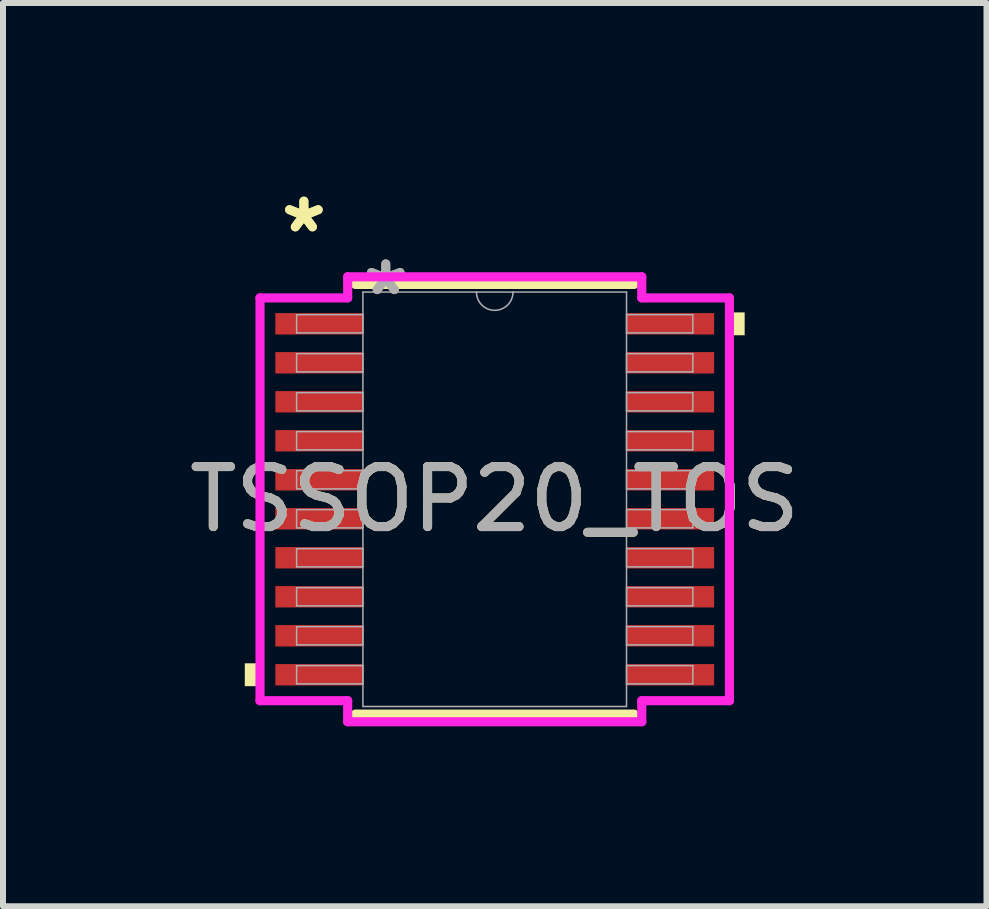
<source format=kicad_pcb>
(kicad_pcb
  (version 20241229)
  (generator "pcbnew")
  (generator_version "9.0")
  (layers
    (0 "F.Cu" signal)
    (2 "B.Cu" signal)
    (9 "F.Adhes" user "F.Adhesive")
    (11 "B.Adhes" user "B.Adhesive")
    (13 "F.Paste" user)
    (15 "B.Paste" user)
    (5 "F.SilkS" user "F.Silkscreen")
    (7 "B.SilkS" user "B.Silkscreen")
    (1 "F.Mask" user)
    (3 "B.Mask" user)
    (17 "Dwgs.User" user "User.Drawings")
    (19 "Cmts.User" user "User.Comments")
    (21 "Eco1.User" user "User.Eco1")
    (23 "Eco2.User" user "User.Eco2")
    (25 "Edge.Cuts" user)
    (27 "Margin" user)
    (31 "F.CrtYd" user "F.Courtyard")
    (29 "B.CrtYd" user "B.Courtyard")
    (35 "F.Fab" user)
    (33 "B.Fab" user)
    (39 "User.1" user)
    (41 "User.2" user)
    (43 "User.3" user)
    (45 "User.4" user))
  (footprint "TSSOP20_TOS"
    (layer "F.Cu")
    (at 5.196 5.272)
    (property "Reference" "TSSOP20_TOS" (at 0 0 0) (unlocked yes) (layer "F.SilkS") (effects (font (size 1 1) (thickness 0.15))))
    (attr smd)
    (fp_line (start -2.324 3.581) (end 2.324 3.581) (stroke (width 0.152) (type solid)) (layer "F.SilkS"))
    (fp_line (start 2.324 -3.581) (end -2.324 -3.581) (stroke (width 0.152) (type solid)) (layer "F.SilkS"))
    (fp_poly (pts (xy -4.166 2.734) (xy -4.166 3.115) (xy -3.912 3.115) (xy -3.912 2.734)) (stroke (width 0) (type solid)) (fill yes) (layer "F.SilkS"))
    (fp_poly (pts (xy 4.166 -3.115) (xy 4.166 -2.734) (xy 3.912 -2.734) (xy 3.912 -3.115)) (stroke (width 0) (type solid)) (fill yes) (layer "F.SilkS"))
    (fp_line (start -3.912 -3.357) (end -2.451 -3.357) (stroke (width 0.152) (type solid)) (layer "F.CrtYd"))
    (fp_line (start -3.912 3.357) (end -3.912 -3.357) (stroke (width 0.152) (type solid)) (layer "F.CrtYd"))
    (fp_line (start -3.912 3.357) (end -2.451 3.357) (stroke (width 0.152) (type solid)) (layer "F.CrtYd"))
    (fp_line (start -2.451 -3.708) (end 2.451 -3.708) (stroke (width 0.152) (type solid)) (layer "F.CrtYd"))
    (fp_line (start -2.451 -3.357) (end -2.451 -3.708) (stroke (width 0.152) (type solid)) (layer "F.CrtYd"))
    (fp_line (start -2.451 3.708) (end -2.451 3.357) (stroke (width 0.152) (type solid)) (layer "F.CrtYd"))
    (fp_line (start 2.451 -3.708) (end 2.451 -3.357) (stroke (width 0.152) (type solid)) (layer "F.CrtYd"))
    (fp_line (start 2.451 3.357) (end 2.451 3.708) (stroke (width 0.152) (type solid)) (layer "F.CrtYd"))
    (fp_line (start 2.451 3.708) (end -2.451 3.708) (stroke (width 0.152) (type solid)) (layer "F.CrtYd"))
    (fp_line (start 3.912 -3.357) (end 2.451 -3.357) (stroke (width 0.152) (type solid)) (layer "F.CrtYd"))
    (fp_line (start 3.912 -3.357) (end 3.912 3.357) (stroke (width 0.152) (type solid)) (layer "F.CrtYd"))
    (fp_line (start 3.912 3.357) (end 2.451 3.357) (stroke (width 0.152) (type solid)) (layer "F.CrtYd"))
    (fp_line (start -3.302 -3.077) (end -3.302 -2.773) (stroke (width 0.025) (type solid)) (layer "F.Fab"))
    (fp_line (start -3.302 -2.773) (end -2.197 -2.773) (stroke (width 0.025) (type solid)) (layer "F.Fab"))
    (fp_line (start -3.302 -2.427) (end -3.302 -2.123) (stroke (width 0.025) (type solid)) (layer "F.Fab"))
    (fp_line (start -3.302 -2.123) (end -2.197 -2.123) (stroke (width 0.025) (type solid)) (layer "F.Fab"))
    (fp_line (start -3.302 -1.777) (end -3.302 -1.473) (stroke (width 0.025) (type solid)) (layer "F.Fab"))
    (fp_line (start -3.302 -1.473) (end -2.197 -1.473) (stroke (width 0.025) (type solid)) (layer "F.Fab"))
    (fp_line (start -3.302 -1.127) (end -3.302 -0.823) (stroke (width 0.025) (type solid)) (layer "F.Fab"))
    (fp_line (start -3.302 -0.823) (end -2.197 -0.823) (stroke (width 0.025) (type solid)) (layer "F.Fab"))
    (fp_line (start -3.302 -0.477) (end -3.302 -0.173) (stroke (width 0.025) (type solid)) (layer "F.Fab"))
    (fp_line (start -3.302 -0.173) (end -2.197 -0.173) (stroke (width 0.025) (type solid)) (layer "F.Fab"))
    (fp_line (start -3.302 0.173) (end -3.302 0.477) (stroke (width 0.025) (type solid)) (layer "F.Fab"))
    (fp_line (start -3.302 0.477) (end -2.197 0.477) (stroke (width 0.025) (type solid)) (layer "F.Fab"))
    (fp_line (start -3.302 0.823) (end -3.302 1.127) (stroke (width 0.025) (type solid)) (layer "F.Fab"))
    (fp_line (start -3.302 1.127) (end -2.197 1.127) (stroke (width 0.025) (type solid)) (layer "F.Fab"))
    (fp_line (start -3.302 1.473) (end -3.302 1.777) (stroke (width 0.025) (type solid)) (layer "F.Fab"))
    (fp_line (start -3.302 1.777) (end -2.197 1.777) (stroke (width 0.025) (type solid)) (layer "F.Fab"))
    (fp_line (start -3.302 2.123) (end -3.302 2.427) (stroke (width 0.025) (type solid)) (layer "F.Fab"))
    (fp_line (start -3.302 2.427) (end -2.197 2.427) (stroke (width 0.025) (type solid)) (layer "F.Fab"))
    (fp_line (start -3.302 2.773) (end -3.302 3.077) (stroke (width 0.025) (type solid)) (layer "F.Fab"))
    (fp_line (start -3.302 3.077) (end -2.197 3.077) (stroke (width 0.025) (type solid)) (layer "F.Fab"))
    (fp_line (start -2.197 -3.454) (end -2.197 3.454) (stroke (width 0.025) (type solid)) (layer "F.Fab"))
    (fp_line (start -2.197 -3.077) (end -3.302 -3.077) (stroke (width 0.025) (type solid)) (layer "F.Fab"))
    (fp_line (start -2.197 -2.773) (end -2.197 -3.077) (stroke (width 0.025) (type solid)) (layer "F.Fab"))
    (fp_line (start -2.197 -2.427) (end -3.302 -2.427) (stroke (width 0.025) (type solid)) (layer "F.Fab"))
    (fp_line (start -2.197 -2.123) (end -2.197 -2.427) (stroke (width 0.025) (type solid)) (layer "F.Fab"))
    (fp_line (start -2.197 -1.777) (end -3.302 -1.777) (stroke (width 0.025) (type solid)) (layer "F.Fab"))
    (fp_line (start -2.197 -1.473) (end -2.197 -1.777) (stroke (width 0.025) (type solid)) (layer "F.Fab"))
    (fp_line (start -2.197 -1.127) (end -3.302 -1.127) (stroke (width 0.025) (type solid)) (layer "F.Fab"))
    (fp_line (start -2.197 -0.823) (end -2.197 -1.127) (stroke (width 0.025) (type solid)) (layer "F.Fab"))
    (fp_line (start -2.197 -0.477) (end -3.302 -0.477) (stroke (width 0.025) (type solid)) (layer "F.Fab"))
    (fp_line (start -2.197 -0.173) (end -2.197 -0.477) (stroke (width 0.025) (type solid)) (layer "F.Fab"))
    (fp_line (start -2.197 0.173) (end -3.302 0.173) (stroke (width 0.025) (type solid)) (layer "F.Fab"))
    (fp_line (start -2.197 0.477) (end -2.197 0.173) (stroke (width 0.025) (type solid)) (layer "F.Fab"))
    (fp_line (start -2.197 0.823) (end -3.302 0.823) (stroke (width 0.025) (type solid)) (layer "F.Fab"))
    (fp_line (start -2.197 1.127) (end -2.197 0.823) (stroke (width 0.025) (type solid)) (layer "F.Fab"))
    (fp_line (start -2.197 1.473) (end -3.302 1.473) (stroke (width 0.025) (type solid)) (layer "F.Fab"))
    (fp_line (start -2.197 1.777) (end -2.197 1.473) (stroke (width 0.025) (type solid)) (layer "F.Fab"))
    (fp_line (start -2.197 2.123) (end -3.302 2.123) (stroke (width 0.025) (type solid)) (layer "F.Fab"))
    (fp_line (start -2.197 2.427) (end -2.197 2.123) (stroke (width 0.025) (type solid)) (layer "F.Fab"))
    (fp_line (start -2.197 2.773) (end -3.302 2.773) (stroke (width 0.025) (type solid)) (layer "F.Fab"))
    (fp_line (start -2.197 3.077) (end -2.197 2.773) (stroke (width 0.025) (type solid)) (layer "F.Fab"))
    (fp_line (start -2.197 3.454) (end 2.197 3.454) (stroke (width 0.025) (type solid)) (layer "F.Fab"))
    (fp_line (start 2.197 -3.454) (end -2.197 -3.454) (stroke (width 0.025) (type solid)) (layer "F.Fab"))
    (fp_line (start 2.197 -3.077) (end 2.197 -2.773) (stroke (width 0.025) (type solid)) (layer "F.Fab"))
    (fp_line (start 2.197 -2.773) (end 3.302 -2.773) (stroke (width 0.025) (type solid)) (layer "F.Fab"))
    (fp_line (start 2.197 -2.427) (end 2.197 -2.123) (stroke (width 0.025) (type solid)) (layer "F.Fab"))
    (fp_line (start 2.197 -2.123) (end 3.302 -2.123) (stroke (width 0.025) (type solid)) (layer "F.Fab"))
    (fp_line (start 2.197 -1.777) (end 2.197 -1.473) (stroke (width 0.025) (type solid)) (layer "F.Fab"))
    (fp_line (start 2.197 -1.473) (end 3.302 -1.473) (stroke (width 0.025) (type solid)) (layer "F.Fab"))
    (fp_line (start 2.197 -1.127) (end 2.197 -0.823) (stroke (width 0.025) (type solid)) (layer "F.Fab"))
    (fp_line (start 2.197 -0.823) (end 3.302 -0.823) (stroke (width 0.025) (type solid)) (layer "F.Fab"))
    (fp_line (start 2.197 -0.477) (end 2.197 -0.173) (stroke (width 0.025) (type solid)) (layer "F.Fab"))
    (fp_line (start 2.197 -0.173) (end 3.302 -0.173) (stroke (width 0.025) (type solid)) (layer "F.Fab"))
    (fp_line (start 2.197 0.173) (end 2.197 0.477) (stroke (width 0.025) (type solid)) (layer "F.Fab"))
    (fp_line (start 2.197 0.477) (end 3.302 0.477) (stroke (width 0.025) (type solid)) (layer "F.Fab"))
    (fp_line (start 2.197 0.823) (end 2.197 1.127) (stroke (width 0.025) (type solid)) (layer "F.Fab"))
    (fp_line (start 2.197 1.127) (end 3.302 1.127) (stroke (width 0.025) (type solid)) (layer "F.Fab"))
    (fp_line (start 2.197 1.473) (end 2.197 1.777) (stroke (width 0.025) (type solid)) (layer "F.Fab"))
    (fp_line (start 2.197 1.777) (end 3.302 1.777) (stroke (width 0.025) (type solid)) (layer "F.Fab"))
    (fp_line (start 2.197 2.123) (end 2.197 2.427) (stroke (width 0.025) (type solid)) (layer "F.Fab"))
    (fp_line (start 2.197 2.427) (end 3.302 2.427) (stroke (width 0.025) (type solid)) (layer "F.Fab"))
    (fp_line (start 2.197 2.773) (end 2.197 3.077) (stroke (width 0.025) (type solid)) (layer "F.Fab"))
    (fp_line (start 2.197 3.077) (end 3.302 3.077) (stroke (width 0.025) (type solid)) (layer "F.Fab"))
    (fp_line (start 2.197 3.454) (end 2.197 -3.454) (stroke (width 0.025) (type solid)) (layer "F.Fab"))
    (fp_line (start 3.302 -3.077) (end 2.197 -3.077) (stroke (width 0.025) (type solid)) (layer "F.Fab"))
    (fp_line (start 3.302 -2.773) (end 3.302 -3.077) (stroke (width 0.025) (type solid)) (layer "F.Fab"))
    (fp_line (start 3.302 -2.427) (end 2.197 -2.427) (stroke (width 0.025) (type solid)) (layer "F.Fab"))
    (fp_line (start 3.302 -2.123) (end 3.302 -2.427) (stroke (width 0.025) (type solid)) (layer "F.Fab"))
    (fp_line (start 3.302 -1.777) (end 2.197 -1.777) (stroke (width 0.025) (type solid)) (layer "F.Fab"))
    (fp_line (start 3.302 -1.473) (end 3.302 -1.777) (stroke (width 0.025) (type solid)) (layer "F.Fab"))
    (fp_line (start 3.302 -1.127) (end 2.197 -1.127) (stroke (width 0.025) (type solid)) (layer "F.Fab"))
    (fp_line (start 3.302 -0.823) (end 3.302 -1.127) (stroke (width 0.025) (type solid)) (layer "F.Fab"))
    (fp_line (start 3.302 -0.477) (end 2.197 -0.477) (stroke (width 0.025) (type solid)) (layer "F.Fab"))
    (fp_line (start 3.302 -0.173) (end 3.302 -0.477) (stroke (width 0.025) (type solid)) (layer "F.Fab"))
    (fp_line (start 3.302 0.173) (end 2.197 0.173) (stroke (width 0.025) (type solid)) (layer "F.Fab"))
    (fp_line (start 3.302 0.477) (end 3.302 0.173) (stroke (width 0.025) (type solid)) (layer "F.Fab"))
    (fp_line (start 3.302 0.823) (end 2.197 0.823) (stroke (width 0.025) (type solid)) (layer "F.Fab"))
    (fp_line (start 3.302 1.127) (end 3.302 0.823) (stroke (width 0.025) (type solid)) (layer "F.Fab"))
    (fp_line (start 3.302 1.473) (end 2.197 1.473) (stroke (width 0.025) (type solid)) (layer "F.Fab"))
    (fp_line (start 3.302 1.777) (end 3.302 1.473) (stroke (width 0.025) (type solid)) (layer "F.Fab"))
    (fp_line (start 3.302 2.123) (end 2.197 2.123) (stroke (width 0.025) (type solid)) (layer "F.Fab"))
    (fp_line (start 3.302 2.427) (end 3.302 2.123) (stroke (width 0.025) (type solid)) (layer "F.Fab"))
    (fp_line (start 3.302 2.773) (end 2.197 2.773) (stroke (width 0.025) (type solid)) (layer "F.Fab"))
    (fp_line (start 3.302 3.077) (end 3.302 2.773) (stroke (width 0.025) (type solid)) (layer "F.Fab"))
    (fp_arc (start 0.3048 -3.4544) (mid 0 -3.1496) (end -0.3048 -3.4544) (stroke (width 0.0254) (type solid)) (layer "F.Fab"))
    (fp_text user "*" (at -3.181 -4.424 0) (unlocked yes) (layer "F.SilkS") (effects (font (size 1 1) (thickness 0.15))))
    (fp_text user "*" (at -3.181 -4.424 0) (layer "F.SilkS") (effects (font (size 1 1) (thickness 0.15))))
    (fp_text user "${REFERENCE}" (at 0 0 0) (unlocked yes) (layer "F.Fab") (effects (font (size 1 1) (thickness 0.15))))
    (fp_text user "*" (at -1.816 -3.378 0) (layer "F.Fab") (effects (font (size 1 1) (thickness 0.15))))
    (fp_text user "*" (at -1.816 -3.378 0) (unlocked yes) (layer "F.Fab") (effects (font (size 1 1) (thickness 0.15))))
    (pad "1" smd rect (at -2.927 -2.925) (size 1.46 0.356) (layers "F.Cu" "F.Mask" "F.Paste"))
    (pad "2" smd rect (at -2.927 -2.275) (size 1.46 0.356) (layers "F.Cu" "F.Mask" "F.Paste"))
    (pad "3" smd rect (at -2.927 -1.625) (size 1.46 0.356) (layers "F.Cu" "F.Mask" "F.Paste"))
    (pad "4" smd rect (at -2.927 -0.975) (size 1.46 0.356) (layers "F.Cu" "F.Mask" "F.Paste"))
    (pad "5" smd rect (at -2.927 -0.325) (size 1.46 0.356) (layers "F.Cu" "F.Mask" "F.Paste"))
    (pad "6" smd rect (at -2.927 0.325) (size 1.46 0.356) (layers "F.Cu" "F.Mask" "F.Paste"))
    (pad "7" smd rect (at -2.927 0.975) (size 1.46 0.356) (layers "F.Cu" "F.Mask" "F.Paste"))
    (pad "8" smd rect (at -2.927 1.625) (size 1.46 0.356) (layers "F.Cu" "F.Mask" "F.Paste"))
    (pad "9" smd rect (at -2.927 2.275) (size 1.46 0.356) (layers "F.Cu" "F.Mask" "F.Paste"))
    (pad "10" smd rect (at -2.927 2.925) (size 1.46 0.356) (layers "F.Cu" "F.Mask" "F.Paste"))
    (pad "11" smd rect (at 2.927 2.925) (size 1.46 0.356) (layers "F.Cu" "F.Mask" "F.Paste"))
    (pad "12" smd rect (at 2.927 2.275) (size 1.46 0.356) (layers "F.Cu" "F.Mask" "F.Paste"))
    (pad "13" smd rect (at 2.927 1.625) (size 1.46 0.356) (layers "F.Cu" "F.Mask" "F.Paste"))
    (pad "14" smd rect (at 2.927 0.975) (size 1.46 0.356) (layers "F.Cu" "F.Mask" "F.Paste"))
    (pad "15" smd rect (at 2.927 0.325) (size 1.46 0.356) (layers "F.Cu" "F.Mask" "F.Paste"))
    (pad "16" smd rect (at 2.927 -0.325) (size 1.46 0.356) (layers "F.Cu" "F.Mask" "F.Paste"))
    (pad "17" smd rect (at 2.927 -0.975) (size 1.46 0.356) (layers "F.Cu" "F.Mask" "F.Paste"))
    (pad "18" smd rect (at 2.927 -1.625) (size 1.46 0.356) (layers "F.Cu" "F.Mask" "F.Paste"))
    (pad "19" smd rect (at 2.927 -2.275) (size 1.46 0.356) (layers "F.Cu" "F.Mask" "F.Paste"))
    (pad "20" smd rect (at 2.927 -2.925) (size 1.46 0.356) (layers "F.Cu" "F.Mask" "F.Paste")))
  (gr_rect
    (start -3 -3)
    (end 13.393 12.056)
    (stroke (width 0.1) (type default))
    (fill no)
    (layer "Edge.Cuts")))
</source>
